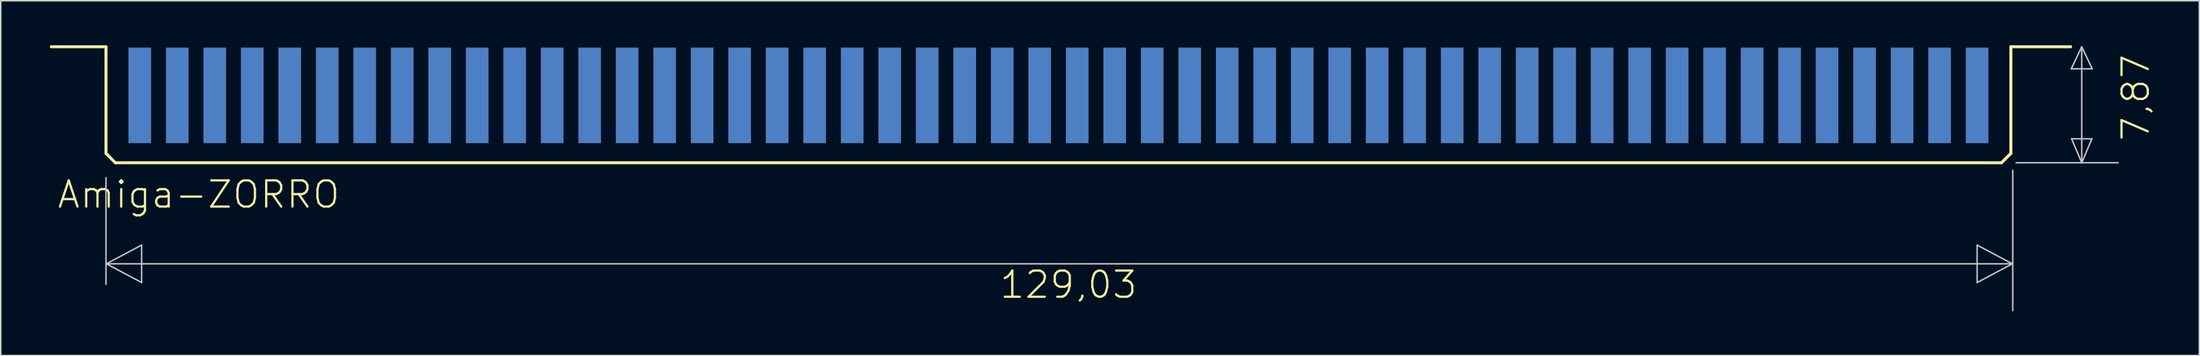
<source format=kicad_pcb>
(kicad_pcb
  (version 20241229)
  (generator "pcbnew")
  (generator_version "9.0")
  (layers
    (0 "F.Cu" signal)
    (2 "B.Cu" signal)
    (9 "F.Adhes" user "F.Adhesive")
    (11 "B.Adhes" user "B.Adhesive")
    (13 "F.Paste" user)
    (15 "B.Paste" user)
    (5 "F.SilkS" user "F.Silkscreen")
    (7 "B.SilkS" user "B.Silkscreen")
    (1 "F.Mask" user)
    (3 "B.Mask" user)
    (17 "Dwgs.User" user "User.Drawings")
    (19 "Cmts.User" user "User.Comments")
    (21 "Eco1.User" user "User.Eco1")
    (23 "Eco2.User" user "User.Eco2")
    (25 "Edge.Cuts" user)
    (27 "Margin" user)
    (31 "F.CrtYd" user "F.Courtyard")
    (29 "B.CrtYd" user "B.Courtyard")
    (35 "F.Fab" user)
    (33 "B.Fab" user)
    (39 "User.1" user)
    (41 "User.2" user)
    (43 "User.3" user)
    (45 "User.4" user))
  (footprint "Amiga-ZORRO"
    (layer "F.Cu")
    (at 0.25 0.25)
    (property "Reference" "Amiga-ZORRO" (at 10.16 9.906 0) (layer "F.SilkS") (effects (font (size 1.778 1.778) (thickness 0.152))))
    (attr smd)
    (fp_line (start 3.879 -0.127) (end 0.173 -0.127) (stroke (width 0.203) (type solid)) (layer "F.SilkS"))
    (fp_line (start 3.879 -0.127) (end 3.879 7.112) (stroke (width 0.203) (type solid)) (layer "F.SilkS"))
    (fp_line (start 4.514 7.747) (end 3.879 7.112) (stroke (width 0.203) (type solid)) (layer "F.SilkS"))
    (fp_line (start 132.276 7.747) (end 4.514 7.747) (stroke (width 0.203) (type solid)) (layer "F.SilkS"))
    (fp_line (start 132.911 -0.127) (end 132.911 7.112) (stroke (width 0.203) (type solid)) (layer "F.SilkS"))
    (fp_line (start 132.911 -0.127) (end 136.959 -0.127) (stroke (width 0.203) (type solid)) (layer "F.SilkS"))
    (fp_line (start 132.911 7.112) (end 132.276 7.747) (stroke (width 0.203) (type solid)) (layer "F.SilkS"))
    (fp_line (start 3.879 8.76) (end 3.879 16.002) (stroke (width 0.1) (type solid)) (layer "Dwgs.User"))
    (fp_line (start 3.904 14.605) (end 6.292 13.335) (stroke (width 0.1) (type solid)) (layer "Dwgs.User"))
    (fp_line (start 6.292 13.335) (end 6.292 15.875) (stroke (width 0.1) (type solid)) (layer "Dwgs.User"))
    (fp_line (start 6.292 15.875) (end 3.904 14.605) (stroke (width 0.1) (type solid)) (layer "Dwgs.User"))
    (fp_line (start 130.625 13.335) (end 130.625 15.875) (stroke (width 0.1) (type solid)) (layer "Dwgs.User"))
    (fp_line (start 130.625 15.875) (end 133.012 14.605) (stroke (width 0.1) (type solid)) (layer "Dwgs.User"))
    (fp_line (start 133.012 14.605) (end 3.904 14.605) (stroke (width 0.1) (type solid)) (layer "Dwgs.User"))
    (fp_line (start 133.012 14.605) (end 130.625 13.335) (stroke (width 0.1) (type solid)) (layer "Dwgs.User"))
    (fp_line (start 133.038 17.78) (end 133.038 8.255) (stroke (width 0.1) (type solid)) (layer "Dwgs.User"))
    (fp_line (start 137 1.372) (end 138.422 1.372) (stroke (width 0.1) (type solid)) (layer "Dwgs.User"))
    (fp_line (start 137.025 6.121) (end 137.711 7.747) (stroke (width 0.1) (type solid)) (layer "Dwgs.User"))
    (fp_line (start 137.711 -0.127) (end 137 1.372) (stroke (width 0.1) (type solid)) (layer "Dwgs.User"))
    (fp_line (start 137.711 -0.127) (end 137.711 7.747) (stroke (width 0.1) (type solid)) (layer "Dwgs.User"))
    (fp_line (start 137.711 7.747) (end 133.266 7.747) (stroke (width 0.1) (type solid)) (layer "Dwgs.User"))
    (fp_line (start 137.711 7.747) (end 138.397 6.121) (stroke (width 0.1) (type solid)) (layer "Dwgs.User"))
    (fp_line (start 138.397 6.121) (end 137.025 6.121) (stroke (width 0.1) (type solid)) (layer "Dwgs.User"))
    (fp_line (start 138.422 1.372) (end 137.711 -0.127) (stroke (width 0.1) (type solid)) (layer "Dwgs.User"))
    (fp_line (start 140.175 7.747) (end 137.711 7.747) (stroke (width 0.1) (type solid)) (layer "Dwgs.User"))
    (fp_text user "7,87" (at 141.369 3.327 90) (layer "F.SilkS") (effects (font (size 1.778 1.778) (thickness 0.152))))
    (fp_text user "129,03" (at 69.08 16.027 0) (layer "F.SilkS") (effects (font (size 1.778 1.778) (thickness 0.152))))
    (pad "1" smd rect (at 130.625 3.175) (size 1.524 6.477) (layers "B.Cu" "B.Mask"))
    (pad "2" smd rect (at 130.625 3.175) (size 1.524 6.477) (layers "F.Cu" "F.Mask" "F.Paste"))
    (pad "3" smd rect (at 128.085 3.175) (size 1.524 6.477) (layers "B.Cu" "B.Mask"))
    (pad "4" smd rect (at 128.085 3.175) (size 1.524 6.477) (layers "F.Cu" "F.Mask" "F.Paste"))
    (pad "5" smd rect (at 125.545 3.175) (size 1.524 6.477) (layers "B.Cu" "B.Mask"))
    (pad "6" smd rect (at 125.545 3.175) (size 1.524 6.477) (layers "F.Cu" "F.Mask" "F.Paste"))
    (pad "7" smd rect (at 123.005 3.175) (size 1.524 6.477) (layers "B.Cu" "B.Mask"))
    (pad "8" smd rect (at 123.005 3.175) (size 1.524 6.477) (layers "F.Cu" "F.Mask" "F.Paste"))
    (pad "9" smd rect (at 120.465 3.175) (size 1.524 6.477) (layers "B.Cu" "B.Mask"))
    (pad "10" smd rect (at 120.465 3.175) (size 1.524 6.477) (layers "F.Cu" "F.Mask" "F.Paste"))
    (pad "11" smd rect (at 117.925 3.175) (size 1.524 6.477) (layers "B.Cu" "B.Mask"))
    (pad "12" smd rect (at 117.925 3.175) (size 1.524 6.477) (layers "F.Cu" "F.Mask" "F.Paste"))
    (pad "13" smd rect (at 115.385 3.175) (size 1.524 6.477) (layers "B.Cu" "B.Mask"))
    (pad "14" smd rect (at 115.385 3.175) (size 1.524 6.477) (layers "F.Cu" "F.Mask" "F.Paste"))
    (pad "15" smd rect (at 112.845 3.175) (size 1.524 6.477) (layers "B.Cu" "B.Mask"))
    (pad "16" smd rect (at 112.845 3.175) (size 1.524 6.477) (layers "F.Cu" "F.Mask" "F.Paste"))
    (pad "17" smd rect (at 110.305 3.175) (size 1.524 6.477) (layers "B.Cu" "B.Mask"))
    (pad "18" smd rect (at 110.305 3.175) (size 1.524 6.477) (layers "F.Cu" "F.Mask" "F.Paste"))
    (pad "19" smd rect (at 107.765 3.175) (size 1.524 6.477) (layers "B.Cu" "B.Mask"))
    (pad "20" smd rect (at 107.765 3.175) (size 1.524 6.477) (layers "F.Cu" "F.Mask" "F.Paste"))
    (pad "21" smd rect (at 105.225 3.175) (size 1.524 6.477) (layers "B.Cu" "B.Mask"))
    (pad "22" smd rect (at 105.225 3.175) (size 1.524 6.477) (layers "F.Cu" "F.Mask" "F.Paste"))
    (pad "23" smd rect (at 102.685 3.175) (size 1.524 6.477) (layers "B.Cu" "B.Mask"))
    (pad "24" smd rect (at 102.685 3.175) (size 1.524 6.477) (layers "F.Cu" "F.Mask" "F.Paste"))
    (pad "25" smd rect (at 100.145 3.175) (size 1.524 6.477) (layers "B.Cu" "B.Mask"))
    (pad "26" smd rect (at 100.145 3.175) (size 1.524 6.477) (layers "F.Cu" "F.Mask" "F.Paste"))
    (pad "27" smd rect (at 97.605 3.175) (size 1.524 6.477) (layers "B.Cu" "B.Mask"))
    (pad "28" smd rect (at 97.605 3.175) (size 1.524 6.477) (layers "F.Cu" "F.Mask" "F.Paste"))
    (pad "29" smd rect (at 95.065 3.175) (size 1.524 6.477) (layers "B.Cu" "B.Mask"))
    (pad "30" smd rect (at 95.065 3.175) (size 1.524 6.477) (layers "F.Cu" "F.Mask" "F.Paste"))
    (pad "31" smd rect (at 92.525 3.175) (size 1.524 6.477) (layers "B.Cu" "B.Mask"))
    (pad "32" smd rect (at 92.525 3.175) (size 1.524 6.477) (layers "F.Cu" "F.Mask" "F.Paste"))
    (pad "33" smd rect (at 89.985 3.175) (size 1.524 6.477) (layers "B.Cu" "B.Mask"))
    (pad "34" smd rect (at 89.985 3.175) (size 1.524 6.477) (layers "F.Cu" "F.Mask" "F.Paste"))
    (pad "35" smd rect (at 87.445 3.175) (size 1.524 6.477) (layers "B.Cu" "B.Mask"))
    (pad "36" smd rect (at 87.445 3.175) (size 1.524 6.477) (layers "F.Cu" "F.Mask" "F.Paste"))
    (pad "37" smd rect (at 84.905 3.175) (size 1.524 6.477) (layers "B.Cu" "B.Mask"))
    (pad "38" smd rect (at 84.905 3.175) (size 1.524 6.477) (layers "F.Cu" "F.Mask" "F.Paste"))
    (pad "39" smd rect (at 82.365 3.175) (size 1.524 6.477) (layers "B.Cu" "B.Mask"))
    (pad "40" smd rect (at 82.365 3.175) (size 1.524 6.477) (layers "F.Cu" "F.Mask" "F.Paste"))
    (pad "41" smd rect (at 79.825 3.175) (size 1.524 6.477) (layers "B.Cu" "B.Mask"))
    (pad "42" smd rect (at 79.825 3.175) (size 1.524 6.477) (layers "F.Cu" "F.Mask" "F.Paste"))
    (pad "43" smd rect (at 77.285 3.175) (size 1.524 6.477) (layers "B.Cu" "B.Mask"))
    (pad "44" smd rect (at 77.285 3.175) (size 1.524 6.477) (layers "F.Cu" "F.Mask" "F.Paste"))
    (pad "45" smd rect (at 74.745 3.175) (size 1.524 6.477) (layers "B.Cu" "B.Mask"))
    (pad "46" smd rect (at 74.745 3.175) (size 1.524 6.477) (layers "F.Cu" "F.Mask" "F.Paste"))
    (pad "47" smd rect (at 72.205 3.175) (size 1.524 6.477) (layers "B.Cu" "B.Mask"))
    (pad "48" smd rect (at 72.205 3.175) (size 1.524 6.477) (layers "F.Cu" "F.Mask" "F.Paste"))
    (pad "49" smd rect (at 69.665 3.175) (size 1.524 6.477) (layers "B.Cu" "B.Mask"))
    (pad "50" smd rect (at 69.665 3.175) (size 1.524 6.477) (layers "F.Cu" "F.Mask" "F.Paste"))
    (pad "51" smd rect (at 67.125 3.175) (size 1.524 6.477) (layers "B.Cu" "B.Mask"))
    (pad "52" smd rect (at 67.125 3.175) (size 1.524 6.477) (layers "F.Cu" "F.Mask" "F.Paste"))
    (pad "53" smd rect (at 64.585 3.175) (size 1.524 6.477) (layers "B.Cu" "B.Mask"))
    (pad "54" smd rect (at 64.585 3.175) (size 1.524 6.477) (layers "F.Cu" "F.Mask" "F.Paste"))
    (pad "55" smd rect (at 62.045 3.175) (size 1.524 6.477) (layers "B.Cu" "B.Mask"))
    (pad "56" smd rect (at 62.045 3.175) (size 1.524 6.477) (layers "F.Cu" "F.Mask" "F.Paste"))
    (pad "57" smd rect (at 59.505 3.175) (size 1.524 6.477) (layers "B.Cu" "B.Mask"))
    (pad "58" smd rect (at 59.505 3.175) (size 1.524 6.477) (layers "F.Cu" "F.Mask" "F.Paste"))
    (pad "59" smd rect (at 56.965 3.175) (size 1.524 6.477) (layers "B.Cu" "B.Mask"))
    (pad "60" smd rect (at 56.965 3.175) (size 1.524 6.477) (layers "F.Cu" "F.Mask" "F.Paste"))
    (pad "61" smd rect (at 54.425 3.175) (size 1.524 6.477) (layers "B.Cu" "B.Mask"))
    (pad "62" smd rect (at 54.425 3.175) (size 1.524 6.477) (layers "F.Cu" "F.Mask" "F.Paste"))
    (pad "63" smd rect (at 51.885 3.175) (size 1.524 6.477) (layers "B.Cu" "B.Mask"))
    (pad "64" smd rect (at 51.885 3.175) (size 1.524 6.477) (layers "F.Cu" "F.Mask" "F.Paste"))
    (pad "65" smd rect (at 49.345 3.175) (size 1.524 6.477) (layers "B.Cu" "B.Mask"))
    (pad "66" smd rect (at 49.345 3.175) (size 1.524 6.477) (layers "F.Cu" "F.Mask" "F.Paste"))
    (pad "67" smd rect (at 46.805 3.175) (size 1.524 6.477) (layers "B.Cu" "B.Mask"))
    (pad "68" smd rect (at 46.805 3.175) (size 1.524 6.477) (layers "F.Cu" "F.Mask" "F.Paste"))
    (pad "69" smd rect (at 44.265 3.175) (size 1.524 6.477) (layers "B.Cu" "B.Mask"))
    (pad "70" smd rect (at 44.265 3.175) (size 1.524 6.477) (layers "F.Cu" "F.Mask" "F.Paste"))
    (pad "71" smd rect (at 41.725 3.175) (size 1.524 6.477) (layers "B.Cu" "B.Mask"))
    (pad "72" smd rect (at 41.725 3.175) (size 1.524 6.477) (layers "F.Cu" "F.Mask" "F.Paste"))
    (pad "73" smd rect (at 39.185 3.175) (size 1.524 6.477) (layers "B.Cu" "B.Mask"))
    (pad "74" smd rect (at 39.185 3.175) (size 1.524 6.477) (layers "F.Cu" "F.Mask" "F.Paste"))
    (pad "75" smd rect (at 36.645 3.175) (size 1.524 6.477) (layers "B.Cu" "B.Mask"))
    (pad "76" smd rect (at 36.645 3.175) (size 1.524 6.477) (layers "F.Cu" "F.Mask" "F.Paste"))
    (pad "77" smd rect (at 34.105 3.175) (size 1.524 6.477) (layers "B.Cu" "B.Mask"))
    (pad "78" smd rect (at 34.105 3.175) (size 1.524 6.477) (layers "F.Cu" "F.Mask" "F.Paste"))
    (pad "79" smd rect (at 31.565 3.175) (size 1.524 6.477) (layers "B.Cu" "B.Mask"))
    (pad "80" smd rect (at 31.565 3.175) (size 1.524 6.477) (layers "F.Cu" "F.Mask" "F.Paste"))
    (pad "81" smd rect (at 29.025 3.175) (size 1.524 6.477) (layers "B.Cu" "B.Mask"))
    (pad "82" smd rect (at 29.025 3.175) (size 1.524 6.477) (layers "F.Cu" "F.Mask" "F.Paste"))
    (pad "83" smd rect (at 26.485 3.175) (size 1.524 6.477) (layers "B.Cu" "B.Mask"))
    (pad "84" smd rect (at 26.485 3.175) (size 1.524 6.477) (layers "F.Cu" "F.Mask" "F.Paste"))
    (pad "85" smd rect (at 23.945 3.175) (size 1.524 6.477) (layers "B.Cu" "B.Mask"))
    (pad "86" smd rect (at 23.945 3.175) (size 1.524 6.477) (layers "F.Cu" "F.Mask" "F.Paste"))
    (pad "87" smd rect (at 21.405 3.175) (size 1.524 6.477) (layers "B.Cu" "B.Mask"))
    (pad "88" smd rect (at 21.405 3.175) (size 1.524 6.477) (layers "F.Cu" "F.Mask" "F.Paste"))
    (pad "89" smd rect (at 18.865 3.175) (size 1.524 6.477) (layers "B.Cu" "B.Mask"))
    (pad "90" smd rect (at 18.865 3.175) (size 1.524 6.477) (layers "F.Cu" "F.Mask" "F.Paste"))
    (pad "91" smd rect (at 16.325 3.175) (size 1.524 6.477) (layers "B.Cu" "B.Mask"))
    (pad "92" smd rect (at 16.325 3.175) (size 1.524 6.477) (layers "F.Cu" "F.Mask" "F.Paste"))
    (pad "93" smd rect (at 13.785 3.175) (size 1.524 6.477) (layers "B.Cu" "B.Mask"))
    (pad "94" smd rect (at 13.785 3.175) (size 1.524 6.477) (layers "F.Cu" "F.Mask" "F.Paste"))
    (pad "95" smd rect (at 11.245 3.175) (size 1.524 6.477) (layers "B.Cu" "B.Mask"))
    (pad "96" smd rect (at 11.245 3.175) (size 1.524 6.477) (layers "F.Cu" "F.Mask" "F.Paste"))
    (pad "97" smd rect (at 8.705 3.175) (size 1.524 6.477) (layers "B.Cu" "B.Mask"))
    (pad "98" smd rect (at 8.705 3.175) (size 1.524 6.477) (layers "F.Cu" "F.Mask" "F.Paste"))
    (pad "99" smd rect (at 6.165 3.175) (size 1.524 6.477) (layers "B.Cu" "B.Mask"))
    (pad "100" smd rect (at 6.165 3.175) (size 1.524 6.477) (layers "F.Cu" "F.Mask" "F.Paste")))
  (gr_rect
    (start -3 -3)
    (end 145.926 21.08)
    (stroke (width 0.1) (type default))
    (fill no)
    (layer "Edge.Cuts")))
</source>
